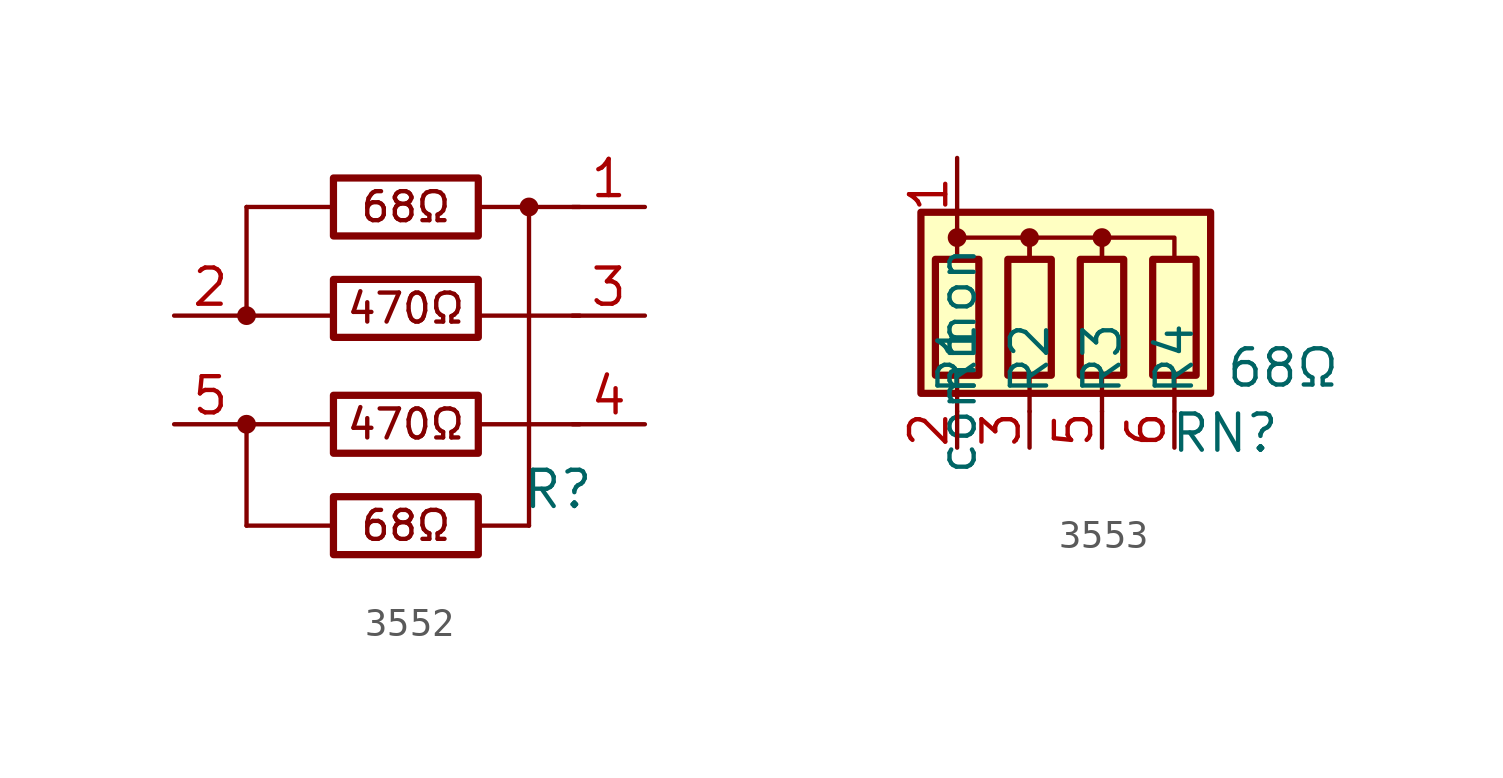
<source format=kicad_sym>
(kicad_symbol_lib
  (version 20231120)
  (generator "kicad_symbol_editor")
  (generator_version "8.0")
  (symbol "3552"
    (pin_names
      (offset 0) hide)
    (property "Reference" "R"
      (at 5.842 -4.826 0)
      (effects (font (size 1.27 1.27))))
    (symbol "3552_0_1"
      (circle (center -5.08 -2.54) (radius 0.254) (stroke (width 0) (type default)) (fill (type outline)))
      (circle (center -5.08 1.27) (radius 0.254) (stroke (width 0) (type default)) (fill (type outline)))
      (rectangle (start -2.032 -5.08) (end 3.048 -7.112) (stroke (width 0.254) (type default)) (fill (type none)))
      (rectangle (start -2.032 -1.524) (end 3.048 -3.556) (stroke (width 0.254) (type default)) (fill (type none)))
      (rectangle (start -2.032 2.54) (end 3.048 0.508) (stroke (width 0.254) (type default)) (fill (type none)))
      (rectangle (start -2.032 6.096) (end 3.048 4.064) (stroke (width 0.254) (type default)) (fill (type none)))
      (polyline (pts (xy -5.08 -6.096) (xy -2.032 -6.096)) (stroke (width 0) (type default)) (fill (type none)))
      (polyline (pts (xy -5.08 -2.54) (xy -2.032 -2.54)) (stroke (width 0) (type default)) (fill (type none)))
      (polyline (pts (xy -5.08 1.27) (xy -2.032 1.27)) (stroke (width 0) (type default)) (fill (type none)))
      (polyline (pts (xy -5.08 5.08) (xy -2.032 5.08)) (stroke (width 0) (type default)) (fill (type none)))
      (polyline (pts (xy 3.048 -2.54) (xy 6.604 -2.54)) (stroke (width 0) (type default)) (fill (type none)))
      (polyline (pts (xy 3.048 1.27) (xy 6.604 1.27)) (stroke (width 0) (type default)) (fill (type none)))
      (polyline (pts (xy 3.048 5.08) (xy 6.604 5.08)) (stroke (width 0) (type default)) (fill (type none)))
      (circle (center 4.826 5.08) (radius 0.254) (stroke (width 0) (type default)) (fill (type outline))))
    (symbol "3552_1_1"
      (polyline (pts (xy -5.08 -2.54) (xy -5.08 -6.096)) (stroke (width 0) (type default)) (fill (type none)))
      (polyline (pts (xy -5.08 5.08) (xy -5.08 1.27)) (stroke (width 0) (type default)) (fill (type none)))
      (polyline (pts (xy 4.826 -6.096) (xy 3.048 -6.096)) (stroke (width 0) (type default)) (fill (type none)))
      (polyline (pts (xy 4.826 -6.096) (xy 4.826 4.826)) (stroke (width 0) (type default)) (fill (type none)))
      (text "470Ω" (at 0.508 -2.54 0) (effects (font (size 1.016 1.016))))
      (text "470Ω" (at 0.508 1.524 0) (effects (font (size 1.016 1.016))))
      (text "68Ω" (at 0.508 -6.096 0) (effects (font (size 1.016 1.016))))
      (text "68Ω" (at 0.508 5.08 0) (effects (font (size 1.016 1.016))))
      (pin passive line (at 8.89 5.08 180) (length 2.54) (name "" (effects (font (size 1.27 1.27)))) (number "1" (effects (font (size 1.27 1.27)))))
      (pin passive line (at -7.62 1.27 0) (length 2.54) (name "" (effects (font (size 1.27 1.27)))) (number "2" (effects (font (size 1.27 1.27)))))
      (pin passive line (at 8.89 1.27 180) (length 2.54) (name "" (effects (font (size 1.27 1.27)))) (number "3" (effects (font (size 1.27 1.27)))))
      (pin passive line (at 8.89 -2.54 180) (length 2.54) (name "" (effects (font (size 1.27 1.27)))) (number "4" (effects (font (size 1.27 1.27)))))
      (pin passive line (at -7.62 -2.54 0) (length 2.54) (name "" (effects (font (size 1.27 1.27)))) (number "5" (effects (font (size 1.27 1.27)))))))
  (symbol "3553"
    (property "Reference" "RN"
      (at 5.588 -4.572 0)
      (effects (font (size 1.27 1.27))))
    (property "Value" "68Ω"
      (at 7.62 -2.286 0)
      (effects (font (size 1.27 1.27))))
    (symbol "3553_0_1"
      (rectangle (start -5.08 -3.175) (end 5.08 3.175) (stroke (width 0.254) (type default)) (fill (type background)))
      (rectangle (start -4.572 1.524) (end -3.048 -2.54) (stroke (width 0.254) (type default)) (fill (type none)))
      (circle (center -3.81 2.286) (radius 0.254) (stroke (width 0) (type default)) (fill (type outline)))
      (rectangle (start -2.032 1.524) (end -0.508 -2.54) (stroke (width 0.254) (type default)) (fill (type none)))
      (circle (center -1.27 2.286) (radius 0.254) (stroke (width 0) (type default)) (fill (type outline)))
      (polyline (pts (xy -3.81 -2.54) (xy -3.81 -3.81)) (stroke (width 0) (type default)) (fill (type none)))
      (polyline (pts (xy -1.27 -2.54) (xy -1.27 -3.81)) (stroke (width 0) (type default)) (fill (type none)))
      (polyline (pts (xy 1.27 -2.54) (xy 1.27 -3.81)) (stroke (width 0) (type default)) (fill (type none)))
      (polyline (pts (xy 3.81 -2.54) (xy 3.81 -3.81)) (stroke (width 0) (type default)) (fill (type none)))
      (polyline (pts (xy -3.81 1.524) (xy -3.81 2.286) (xy -1.27 2.286) (xy -1.27 1.524)) (stroke (width 0) (type default)) (fill (type none)))
      (polyline (pts (xy -1.27 1.524) (xy -1.27 2.286) (xy 1.27 2.286) (xy 1.27 1.524)) (stroke (width 0) (type default)) (fill (type none)))
      (polyline (pts (xy 1.27 1.524) (xy 1.27 2.286) (xy 3.81 2.286) (xy 3.81 1.524)) (stroke (width 0) (type default)) (fill (type none)))
      (rectangle (start 0.508 1.524) (end 2.032 -2.54) (stroke (width 0.254) (type default)) (fill (type none)))
      (circle (center 1.27 2.286) (radius 0.254) (stroke (width 0) (type default)) (fill (type outline)))
      (rectangle (start 3.048 1.524) (end 4.572 -2.54) (stroke (width 0.254) (type default)) (fill (type none))))
    (symbol "3553_1_1"
      (pin passive line (at -3.81 5.08 270) (length 2.54) (name "common" (effects (font (size 1.27 1.27)))) (number "1" (effects (font (size 1.27 1.27)))))
      (pin passive line (at -3.81 -5.08 90) (length 1.27) (name "R1" (effects (font (size 1.27 1.27)))) (number "2" (effects (font (size 1.27 1.27)))))
      (pin passive line (at -1.27 -5.08 90) (length 1.27) (name "R2" (effects (font (size 1.27 1.27)))) (number "3" (effects (font (size 1.27 1.27)))))
      (pin no_connect non_logic (at -6.35 1.27 90) (length 1.27) hide (name "" (effects (font (size 1.27 1.27)))) (number "4" (effects (font (size 1.27 1.27)))))
      (pin passive line (at 1.27 -5.08 90) (length 1.27) (name "R3" (effects (font (size 1.27 1.27)))) (number "5" (effects (font (size 1.27 1.27)))))
      (pin passive line (at 3.81 -5.08 90) (length 1.27) (name "R4" (effects (font (size 1.27 1.27)))) (number "6" (effects (font (size 1.27 1.27))))))))
</source>
